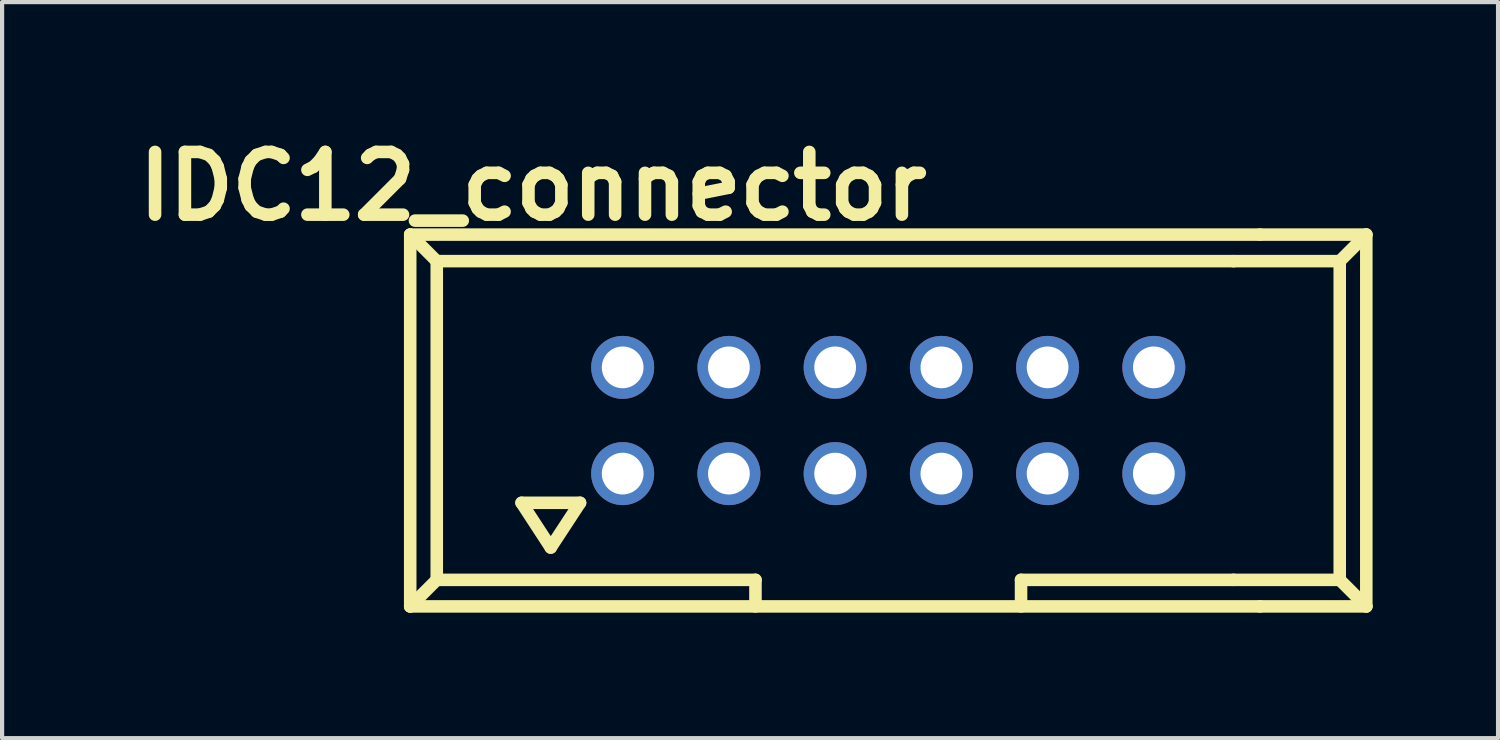
<source format=kicad_pcb>
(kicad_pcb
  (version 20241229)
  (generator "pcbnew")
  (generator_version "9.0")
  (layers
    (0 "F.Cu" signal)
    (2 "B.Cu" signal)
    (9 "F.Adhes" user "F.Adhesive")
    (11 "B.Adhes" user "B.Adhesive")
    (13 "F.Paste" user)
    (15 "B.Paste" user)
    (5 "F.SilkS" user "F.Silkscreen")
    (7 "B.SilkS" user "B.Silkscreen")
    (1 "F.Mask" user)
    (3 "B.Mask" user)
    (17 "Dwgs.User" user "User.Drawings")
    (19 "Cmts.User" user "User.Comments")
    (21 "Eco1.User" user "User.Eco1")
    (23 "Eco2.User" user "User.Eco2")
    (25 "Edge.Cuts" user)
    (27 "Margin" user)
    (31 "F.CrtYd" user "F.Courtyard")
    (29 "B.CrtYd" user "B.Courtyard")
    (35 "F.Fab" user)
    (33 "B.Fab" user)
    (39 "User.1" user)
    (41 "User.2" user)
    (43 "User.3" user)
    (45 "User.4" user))
  (footprint "IDC12_connector"
    (layer "F.Cu")
    (at 16.918 7.004)
    (property "Reference" "IDC12_connector" (at -7.225 -5.6 0) (layer "F.SilkS") (effects (font (size 1.5 1.5) (thickness 0.3))))
    (attr exclude_from_pos_files exclude_from_bom)
    (fp_line (start -10.16 -4.445) (end -10.16 4.445) (stroke (width 0.3) (type solid)) (layer "F.SilkS"))
    (fp_line (start -10.16 4.445) (end 10.16 4.445) (stroke (width 0.3) (type solid)) (layer "F.SilkS"))
    (fp_line (start -9.525 -3.81) (end -10.16 -4.445) (stroke (width 0.3) (type solid)) (layer "F.SilkS"))
    (fp_line (start -9.525 -3.81) (end -9.525 3.81) (stroke (width 0.3) (type solid)) (layer "F.SilkS"))
    (fp_line (start -9.525 3.81) (end -10.16 4.445) (stroke (width 0.3) (type solid)) (layer "F.SilkS"))
    (fp_line (start -9.525 3.81) (end -1.905 3.81) (stroke (width 0.3) (type solid)) (layer "F.SilkS"))
    (fp_line (start -7.498 1.968) (end -6.8 3.038) (stroke (width 0.3) (type solid)) (layer "F.SilkS"))
    (fp_line (start -6.8 3.038) (end -6.099 1.968) (stroke (width 0.3) (type solid)) (layer "F.SilkS"))
    (fp_line (start -6.099 1.968) (end -7.498 1.968) (stroke (width 0.3) (type solid)) (layer "F.SilkS"))
    (fp_line (start -1.905 3.81) (end -1.905 4.445) (stroke (width 0.3) (type solid)) (layer "F.SilkS"))
    (fp_line (start 4.445 3.81) (end 9.525 3.81) (stroke (width 0.3) (type solid)) (layer "F.SilkS"))
    (fp_line (start 4.445 4.445) (end 4.445 3.81) (stroke (width 0.3) (type solid)) (layer "F.SilkS"))
    (fp_line (start 9.525 -3.81) (end -9.525 -3.81) (stroke (width 0.3) (type solid)) (layer "F.SilkS"))
    (fp_line (start 9.525 -3.81) (end 12.065 -3.81) (stroke (width 0.3) (type solid)) (layer "F.SilkS"))
    (fp_line (start 9.525 3.81) (end 12.065 3.81) (stroke (width 0.3) (type solid)) (layer "F.SilkS"))
    (fp_line (start 10.16 -4.445) (end -10.16 -4.445) (stroke (width 0.3) (type solid)) (layer "F.SilkS"))
    (fp_line (start 10.16 -4.445) (end 12.7 -4.445) (stroke (width 0.3) (type solid)) (layer "F.SilkS"))
    (fp_line (start 10.16 4.445) (end 12.7 4.445) (stroke (width 0.3) (type solid)) (layer "F.SilkS"))
    (fp_line (start 12.065 -3.81) (end 12.7 -4.445) (stroke (width 0.3) (type solid)) (layer "F.SilkS"))
    (fp_line (start 12.065 3.81) (end 12.065 -3.81) (stroke (width 0.3) (type solid)) (layer "F.SilkS"))
    (fp_line (start 12.065 3.81) (end 12.7 4.445) (stroke (width 0.3) (type solid)) (layer "F.SilkS"))
    (fp_line (start 12.7 -4.445) (end 12.7 4.445) (stroke (width 0.3) (type solid)) (layer "F.SilkS"))
    (pad "1" thru_hole circle (at -5.08 1.27) (size 1.506 1.506) (drill 0.998) (layers "*.Cu" "*.Mask"))
    (pad "2" thru_hole circle (at -5.08 -1.27) (size 1.506 1.506) (drill 0.998) (layers "*.Cu" "*.Mask"))
    (pad "3" thru_hole circle (at -2.54 1.27) (size 1.506 1.506) (drill 0.998) (layers "*.Cu" "*.Mask"))
    (pad "4" thru_hole circle (at -2.54 -1.27) (size 1.506 1.506) (drill 0.998) (layers "*.Cu" "*.Mask"))
    (pad "5" thru_hole circle (at 0 1.27) (size 1.506 1.506) (drill 0.998) (layers "*.Cu" "*.Mask"))
    (pad "6" thru_hole circle (at 0 -1.27) (size 1.506 1.506) (drill 0.998) (layers "*.Cu" "*.Mask"))
    (pad "7" thru_hole circle (at 2.54 1.27) (size 1.506 1.506) (drill 0.998) (layers "*.Cu" "*.Mask"))
    (pad "8" thru_hole circle (at 2.54 -1.27) (size 1.506 1.506) (drill 0.998) (layers "*.Cu" "*.Mask"))
    (pad "9" thru_hole circle (at 5.08 1.27) (size 1.506 1.506) (drill 0.998) (layers "*.Cu" "*.Mask"))
    (pad "10" thru_hole circle (at 5.08 -1.27) (size 1.506 1.506) (drill 0.998) (layers "*.Cu" "*.Mask"))
    (pad "11" thru_hole circle (at 7.62 1.27) (size 1.506 1.506) (drill 0.998) (layers "*.Cu" "*.Mask"))
    (pad "12" thru_hole circle (at 7.62 -1.27) (size 1.506 1.506) (drill 0.998) (layers "*.Cu" "*.Mask")))
  (gr_rect
    (start -3 -3)
    (end 32.768 14.599)
    (stroke (width 0.1) (type default))
    (fill no)
    (layer "Edge.Cuts")))
</source>
